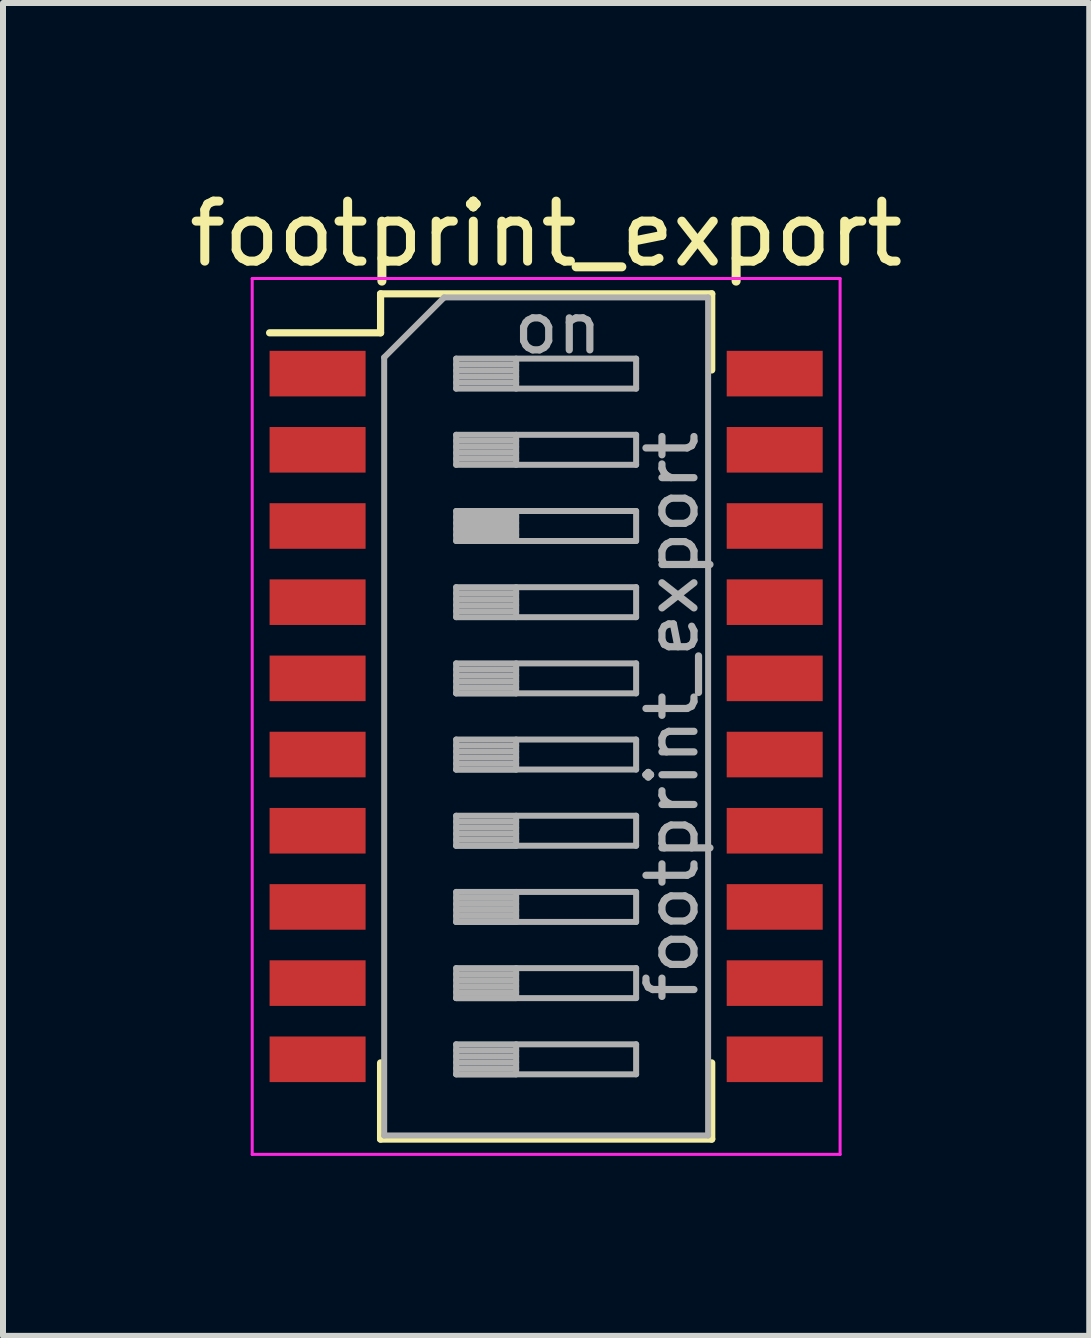
<source format=kicad_pcb>
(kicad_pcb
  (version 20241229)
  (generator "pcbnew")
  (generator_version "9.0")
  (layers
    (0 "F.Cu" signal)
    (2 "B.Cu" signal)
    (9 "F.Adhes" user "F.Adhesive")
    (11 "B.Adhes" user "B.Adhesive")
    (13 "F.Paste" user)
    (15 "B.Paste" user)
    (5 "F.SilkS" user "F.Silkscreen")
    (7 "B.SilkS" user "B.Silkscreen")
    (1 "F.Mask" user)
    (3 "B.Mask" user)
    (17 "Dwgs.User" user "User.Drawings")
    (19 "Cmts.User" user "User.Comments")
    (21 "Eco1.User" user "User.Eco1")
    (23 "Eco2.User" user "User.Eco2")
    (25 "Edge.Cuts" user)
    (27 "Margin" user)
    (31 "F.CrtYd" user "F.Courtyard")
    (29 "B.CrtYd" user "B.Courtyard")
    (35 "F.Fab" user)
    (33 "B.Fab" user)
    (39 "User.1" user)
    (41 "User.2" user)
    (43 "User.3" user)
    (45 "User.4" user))
  (footprint "footprint_export"
    (layer "F.Cu")
    (at 6.054 8.893)
    (property "Reference" "footprint_export" (at 0 -8.045 0) (layer "F.SilkS") (effects (font (size 1 1) (thickness 0.15))))
    (attr smd)
    (fp_line (start -4.61 -6.395) (end -2.76 -6.395) (stroke (width 0.12) (type solid)) (layer "F.SilkS"))
    (fp_line (start -2.76 -7.045) (end -2.76 -6.395) (stroke (width 0.12) (type solid)) (layer "F.SilkS"))
    (fp_line (start -2.76 -7.045) (end 2.76 -7.045) (stroke (width 0.12) (type solid)) (layer "F.SilkS"))
    (fp_line (start -2.76 5.775) (end -2.76 7.045) (stroke (width 0.12) (type solid)) (layer "F.SilkS"))
    (fp_line (start -2.76 7.045) (end 2.76 7.045) (stroke (width 0.12) (type solid)) (layer "F.SilkS"))
    (fp_line (start 2.76 -7.045) (end 2.76 -5.776) (stroke (width 0.12) (type solid)) (layer "F.SilkS"))
    (fp_line (start 2.76 5.775) (end 2.76 7.045) (stroke (width 0.12) (type solid)) (layer "F.SilkS"))
    (fp_line (start -4.9 -7.3) (end -4.9 7.3) (stroke (width 0.05) (type solid)) (layer "F.CrtYd"))
    (fp_line (start -4.9 7.3) (end 4.9 7.3) (stroke (width 0.05) (type solid)) (layer "F.CrtYd"))
    (fp_line (start 4.9 -7.3) (end -4.9 -7.3) (stroke (width 0.05) (type solid)) (layer "F.CrtYd"))
    (fp_line (start 4.9 7.3) (end 4.9 -7.3) (stroke (width 0.05) (type solid)) (layer "F.CrtYd"))
    (fp_line (start -2.7 -5.985) (end -1.7 -6.985) (stroke (width 0.1) (type solid)) (layer "F.Fab"))
    (fp_line (start -2.7 6.985) (end -2.7 -5.985) (stroke (width 0.1) (type solid)) (layer "F.Fab"))
    (fp_line (start -1.7 -6.985) (end 2.7 -6.985) (stroke (width 0.1) (type solid)) (layer "F.Fab"))
    (fp_line (start -1.5 -5.965) (end -1.5 -5.465) (stroke (width 0.1) (type solid)) (layer "F.Fab"))
    (fp_line (start -1.5 -5.865) (end -0.5 -5.865) (stroke (width 0.1) (type solid)) (layer "F.Fab"))
    (fp_line (start -1.5 -5.765) (end -0.5 -5.765) (stroke (width 0.1) (type solid)) (layer "F.Fab"))
    (fp_line (start -1.5 -5.665) (end -0.5 -5.665) (stroke (width 0.1) (type solid)) (layer "F.Fab"))
    (fp_line (start -1.5 -5.565) (end -0.5 -5.565) (stroke (width 0.1) (type solid)) (layer "F.Fab"))
    (fp_line (start -1.5 -5.465) (end 1.5 -5.465) (stroke (width 0.1) (type solid)) (layer "F.Fab"))
    (fp_line (start -1.5 -4.695) (end -1.5 -4.195) (stroke (width 0.1) (type solid)) (layer "F.Fab"))
    (fp_line (start -1.5 -4.595) (end -0.5 -4.595) (stroke (width 0.1) (type solid)) (layer "F.Fab"))
    (fp_line (start -1.5 -4.495) (end -0.5 -4.495) (stroke (width 0.1) (type solid)) (layer "F.Fab"))
    (fp_line (start -1.5 -4.395) (end -0.5 -4.395) (stroke (width 0.1) (type solid)) (layer "F.Fab"))
    (fp_line (start -1.5 -4.295) (end -0.5 -4.295) (stroke (width 0.1) (type solid)) (layer "F.Fab"))
    (fp_line (start -1.5 -4.195) (end 1.5 -4.195) (stroke (width 0.1) (type solid)) (layer "F.Fab"))
    (fp_line (start -1.5 -3.425) (end -1.5 -2.925) (stroke (width 0.1) (type solid)) (layer "F.Fab"))
    (fp_line (start -1.5 -3.325) (end -0.5 -3.325) (stroke (width 0.1) (type solid)) (layer "F.Fab"))
    (fp_line (start -1.5 -3.225) (end -0.5 -3.225) (stroke (width 0.1) (type solid)) (layer "F.Fab"))
    (fp_line (start -1.5 -3.125) (end -0.5 -3.125) (stroke (width 0.1) (type solid)) (layer "F.Fab"))
    (fp_line (start -1.5 -3.025) (end -0.5 -3.025) (stroke (width 0.1) (type solid)) (layer "F.Fab"))
    (fp_line (start -1.5 -2.925) (end 1.5 -2.925) (stroke (width 0.1) (type solid)) (layer "F.Fab"))
    (fp_line (start -1.5 -2.155) (end -1.5 -1.655) (stroke (width 0.1) (type solid)) (layer "F.Fab"))
    (fp_line (start -1.5 -2.055) (end -0.5 -2.055) (stroke (width 0.1) (type solid)) (layer "F.Fab"))
    (fp_line (start -1.5 -1.955) (end -0.5 -1.955) (stroke (width 0.1) (type solid)) (layer "F.Fab"))
    (fp_line (start -1.5 -1.855) (end -0.5 -1.855) (stroke (width 0.1) (type solid)) (layer "F.Fab"))
    (fp_line (start -1.5 -1.755) (end -0.5 -1.755) (stroke (width 0.1) (type solid)) (layer "F.Fab"))
    (fp_line (start -1.5 -1.655) (end 1.5 -1.655) (stroke (width 0.1) (type solid)) (layer "F.Fab"))
    (fp_line (start -1.5 -0.885) (end -1.5 -0.385) (stroke (width 0.1) (type solid)) (layer "F.Fab"))
    (fp_line (start -1.5 -0.785) (end -0.5 -0.785) (stroke (width 0.1) (type solid)) (layer "F.Fab"))
    (fp_line (start -1.5 -0.685) (end -0.5 -0.685) (stroke (width 0.1) (type solid)) (layer "F.Fab"))
    (fp_line (start -1.5 -0.585) (end -0.5 -0.585) (stroke (width 0.1) (type solid)) (layer "F.Fab"))
    (fp_line (start -1.5 -0.485) (end -0.5 -0.485) (stroke (width 0.1) (type solid)) (layer "F.Fab"))
    (fp_line (start -1.5 -0.385) (end -0.5 -0.385) (stroke (width 0.1) (type solid)) (layer "F.Fab"))
    (fp_line (start -1.5 -0.385) (end 1.5 -0.385) (stroke (width 0.1) (type solid)) (layer "F.Fab"))
    (fp_line (start -1.5 0.385) (end -1.5 0.885) (stroke (width 0.1) (type solid)) (layer "F.Fab"))
    (fp_line (start -1.5 0.485) (end -0.5 0.485) (stroke (width 0.1) (type solid)) (layer "F.Fab"))
    (fp_line (start -1.5 0.585) (end -0.5 0.585) (stroke (width 0.1) (type solid)) (layer "F.Fab"))
    (fp_line (start -1.5 0.685) (end -0.5 0.685) (stroke (width 0.1) (type solid)) (layer "F.Fab"))
    (fp_line (start -1.5 0.785) (end -0.5 0.785) (stroke (width 0.1) (type solid)) (layer "F.Fab"))
    (fp_line (start -1.5 0.885) (end -0.5 0.885) (stroke (width 0.1) (type solid)) (layer "F.Fab"))
    (fp_line (start -1.5 0.885) (end 1.5 0.885) (stroke (width 0.1) (type solid)) (layer "F.Fab"))
    (fp_line (start -1.5 1.655) (end -1.5 2.155) (stroke (width 0.1) (type solid)) (layer "F.Fab"))
    (fp_line (start -1.5 1.755) (end -0.5 1.755) (stroke (width 0.1) (type solid)) (layer "F.Fab"))
    (fp_line (start -1.5 1.855) (end -0.5 1.855) (stroke (width 0.1) (type solid)) (layer "F.Fab"))
    (fp_line (start -1.5 1.955) (end -0.5 1.955) (stroke (width 0.1) (type solid)) (layer "F.Fab"))
    (fp_line (start -1.5 2.055) (end -0.5 2.055) (stroke (width 0.1) (type solid)) (layer "F.Fab"))
    (fp_line (start -1.5 2.155) (end -0.5 2.155) (stroke (width 0.1) (type solid)) (layer "F.Fab"))
    (fp_line (start -1.5 2.155) (end 1.5 2.155) (stroke (width 0.1) (type solid)) (layer "F.Fab"))
    (fp_line (start -1.5 2.925) (end -1.5 3.425) (stroke (width 0.1) (type solid)) (layer "F.Fab"))
    (fp_line (start -1.5 3.025) (end -0.5 3.025) (stroke (width 0.1) (type solid)) (layer "F.Fab"))
    (fp_line (start -1.5 3.125) (end -0.5 3.125) (stroke (width 0.1) (type solid)) (layer "F.Fab"))
    (fp_line (start -1.5 3.225) (end -0.5 3.225) (stroke (width 0.1) (type solid)) (layer "F.Fab"))
    (fp_line (start -1.5 3.325) (end -0.5 3.325) (stroke (width 0.1) (type solid)) (layer "F.Fab"))
    (fp_line (start -1.5 3.425) (end -0.5 3.425) (stroke (width 0.1) (type solid)) (layer "F.Fab"))
    (fp_line (start -1.5 3.425) (end 1.5 3.425) (stroke (width 0.1) (type solid)) (layer "F.Fab"))
    (fp_line (start -1.5 4.195) (end -1.5 4.695) (stroke (width 0.1) (type solid)) (layer "F.Fab"))
    (fp_line (start -1.5 4.295) (end -0.5 4.295) (stroke (width 0.1) (type solid)) (layer "F.Fab"))
    (fp_line (start -1.5 4.395) (end -0.5 4.395) (stroke (width 0.1) (type solid)) (layer "F.Fab"))
    (fp_line (start -1.5 4.495) (end -0.5 4.495) (stroke (width 0.1) (type solid)) (layer "F.Fab"))
    (fp_line (start -1.5 4.595) (end -0.5 4.595) (stroke (width 0.1) (type solid)) (layer "F.Fab"))
    (fp_line (start -1.5 4.695) (end -0.5 4.695) (stroke (width 0.1) (type solid)) (layer "F.Fab"))
    (fp_line (start -1.5 4.695) (end 1.5 4.695) (stroke (width 0.1) (type solid)) (layer "F.Fab"))
    (fp_line (start -1.5 5.465) (end -1.5 5.965) (stroke (width 0.1) (type solid)) (layer "F.Fab"))
    (fp_line (start -1.5 5.565) (end -0.5 5.565) (stroke (width 0.1) (type solid)) (layer "F.Fab"))
    (fp_line (start -1.5 5.665) (end -0.5 5.665) (stroke (width 0.1) (type solid)) (layer "F.Fab"))
    (fp_line (start -1.5 5.765) (end -0.5 5.765) (stroke (width 0.1) (type solid)) (layer "F.Fab"))
    (fp_line (start -1.5 5.865) (end -0.5 5.865) (stroke (width 0.1) (type solid)) (layer "F.Fab"))
    (fp_line (start -1.5 5.965) (end -0.5 5.965) (stroke (width 0.1) (type solid)) (layer "F.Fab"))
    (fp_line (start -1.5 5.965) (end 1.5 5.965) (stroke (width 0.1) (type solid)) (layer "F.Fab"))
    (fp_line (start -0.5 -5.965) (end -0.5 -5.465) (stroke (width 0.1) (type solid)) (layer "F.Fab"))
    (fp_line (start -0.5 -4.695) (end -0.5 -4.195) (stroke (width 0.1) (type solid)) (layer "F.Fab"))
    (fp_line (start -0.5 -3.425) (end -0.5 -2.925) (stroke (width 0.1) (type solid)) (layer "F.Fab"))
    (fp_line (start -0.5 -2.155) (end -0.5 -1.655) (stroke (width 0.1) (type solid)) (layer "F.Fab"))
    (fp_line (start -0.5 -0.885) (end -0.5 -0.385) (stroke (width 0.1) (type solid)) (layer "F.Fab"))
    (fp_line (start -0.5 0.385) (end -0.5 0.885) (stroke (width 0.1) (type solid)) (layer "F.Fab"))
    (fp_line (start -0.5 1.655) (end -0.5 2.155) (stroke (width 0.1) (type solid)) (layer "F.Fab"))
    (fp_line (start -0.5 2.925) (end -0.5 3.425) (stroke (width 0.1) (type solid)) (layer "F.Fab"))
    (fp_line (start -0.5 4.195) (end -0.5 4.695) (stroke (width 0.1) (type solid)) (layer "F.Fab"))
    (fp_line (start -0.5 5.465) (end -0.5 5.965) (stroke (width 0.1) (type solid)) (layer "F.Fab"))
    (fp_line (start 1.5 -5.965) (end -1.5 -5.965) (stroke (width 0.1) (type solid)) (layer "F.Fab"))
    (fp_line (start 1.5 -5.465) (end 1.5 -5.965) (stroke (width 0.1) (type solid)) (layer "F.Fab"))
    (fp_line (start 1.5 -4.695) (end -1.5 -4.695) (stroke (width 0.1) (type solid)) (layer "F.Fab"))
    (fp_line (start 1.5 -4.195) (end 1.5 -4.695) (stroke (width 0.1) (type solid)) (layer "F.Fab"))
    (fp_line (start 1.5 -3.425) (end -1.5 -3.425) (stroke (width 0.1) (type solid)) (layer "F.Fab"))
    (fp_line (start 1.5 -2.925) (end 1.5 -3.425) (stroke (width 0.1) (type solid)) (layer "F.Fab"))
    (fp_line (start 1.5 -2.155) (end -1.5 -2.155) (stroke (width 0.1) (type solid)) (layer "F.Fab"))
    (fp_line (start 1.5 -1.655) (end 1.5 -2.155) (stroke (width 0.1) (type solid)) (layer "F.Fab"))
    (fp_line (start 1.5 -0.885) (end -1.5 -0.885) (stroke (width 0.1) (type solid)) (layer "F.Fab"))
    (fp_line (start 1.5 -0.385) (end 1.5 -0.885) (stroke (width 0.1) (type solid)) (layer "F.Fab"))
    (fp_line (start 1.5 0.385) (end -1.5 0.385) (stroke (width 0.1) (type solid)) (layer "F.Fab"))
    (fp_line (start 1.5 0.885) (end 1.5 0.385) (stroke (width 0.1) (type solid)) (layer "F.Fab"))
    (fp_line (start 1.5 1.655) (end -1.5 1.655) (stroke (width 0.1) (type solid)) (layer "F.Fab"))
    (fp_line (start 1.5 2.155) (end 1.5 1.655) (stroke (width 0.1) (type solid)) (layer "F.Fab"))
    (fp_line (start 1.5 2.925) (end -1.5 2.925) (stroke (width 0.1) (type solid)) (layer "F.Fab"))
    (fp_line (start 1.5 3.425) (end 1.5 2.925) (stroke (width 0.1) (type solid)) (layer "F.Fab"))
    (fp_line (start 1.5 4.195) (end -1.5 4.195) (stroke (width 0.1) (type solid)) (layer "F.Fab"))
    (fp_line (start 1.5 4.695) (end 1.5 4.195) (stroke (width 0.1) (type solid)) (layer "F.Fab"))
    (fp_line (start 1.5 5.465) (end -1.5 5.465) (stroke (width 0.1) (type solid)) (layer "F.Fab"))
    (fp_line (start 1.5 5.965) (end 1.5 5.465) (stroke (width 0.1) (type solid)) (layer "F.Fab"))
    (fp_line (start 2.7 -6.985) (end 2.7 6.985) (stroke (width 0.1) (type solid)) (layer "F.Fab"))
    (fp_line (start 2.7 6.985) (end -2.7 6.985) (stroke (width 0.1) (type solid)) (layer "F.Fab"))
    (fp_text user "on" (at 0.195 -6.475 0) (layer "F.Fab") (effects (font (size 0.8 0.8) (thickness 0.12))))
    (fp_text user "${REFERENCE}" (at 2.1 0 90) (layer "F.Fab") (effects (font (size 0.8 0.8) (thickness 0.12))))
    (pad "1" smd rect (at -3.81 -5.715) (size 1.6 0.76) (layers "F.Cu" "F.Mask" "F.Paste"))
    (pad "2" smd rect (at -3.81 -4.445) (size 1.6 0.76) (layers "F.Cu" "F.Mask" "F.Paste"))
    (pad "3" smd rect (at -3.81 -3.175) (size 1.6 0.76) (layers "F.Cu" "F.Mask" "F.Paste"))
    (pad "4" smd rect (at -3.81 -1.905) (size 1.6 0.76) (layers "F.Cu" "F.Mask" "F.Paste"))
    (pad "5" smd rect (at -3.81 -0.635) (size 1.6 0.76) (layers "F.Cu" "F.Mask" "F.Paste"))
    (pad "6" smd rect (at -3.81 0.635) (size 1.6 0.76) (layers "F.Cu" "F.Mask" "F.Paste"))
    (pad "7" smd rect (at -3.81 1.905) (size 1.6 0.76) (layers "F.Cu" "F.Mask" "F.Paste"))
    (pad "8" smd rect (at -3.81 3.175) (size 1.6 0.76) (layers "F.Cu" "F.Mask" "F.Paste"))
    (pad "9" smd rect (at -3.81 4.445) (size 1.6 0.76) (layers "F.Cu" "F.Mask" "F.Paste"))
    (pad "10" smd rect (at -3.81 5.715) (size 1.6 0.76) (layers "F.Cu" "F.Mask" "F.Paste"))
    (pad "11" smd rect (at 3.81 5.715) (size 1.6 0.76) (layers "F.Cu" "F.Mask" "F.Paste"))
    (pad "12" smd rect (at 3.81 4.445) (size 1.6 0.76) (layers "F.Cu" "F.Mask" "F.Paste"))
    (pad "13" smd rect (at 3.81 3.175) (size 1.6 0.76) (layers "F.Cu" "F.Mask" "F.Paste"))
    (pad "14" smd rect (at 3.81 1.905) (size 1.6 0.76) (layers "F.Cu" "F.Mask" "F.Paste"))
    (pad "15" smd rect (at 3.81 0.635) (size 1.6 0.76) (layers "F.Cu" "F.Mask" "F.Paste"))
    (pad "16" smd rect (at 3.81 -0.635) (size 1.6 0.76) (layers "F.Cu" "F.Mask" "F.Paste"))
    (pad "17" smd rect (at 3.81 -1.905) (size 1.6 0.76) (layers "F.Cu" "F.Mask" "F.Paste"))
    (pad "18" smd rect (at 3.81 -3.175) (size 1.6 0.76) (layers "F.Cu" "F.Mask" "F.Paste"))
    (pad "19" smd rect (at 3.81 -4.445) (size 1.6 0.76) (layers "F.Cu" "F.Mask" "F.Paste"))
    (pad "20" smd rect (at 3.81 -5.715) (size 1.6 0.76) (layers "F.Cu" "F.Mask" "F.Paste")))
  (gr_rect
    (start -3 -3)
    (end 15.107 19.218)
    (stroke (width 0.1) (type default))
    (fill no)
    (layer "Edge.Cuts")))
</source>
